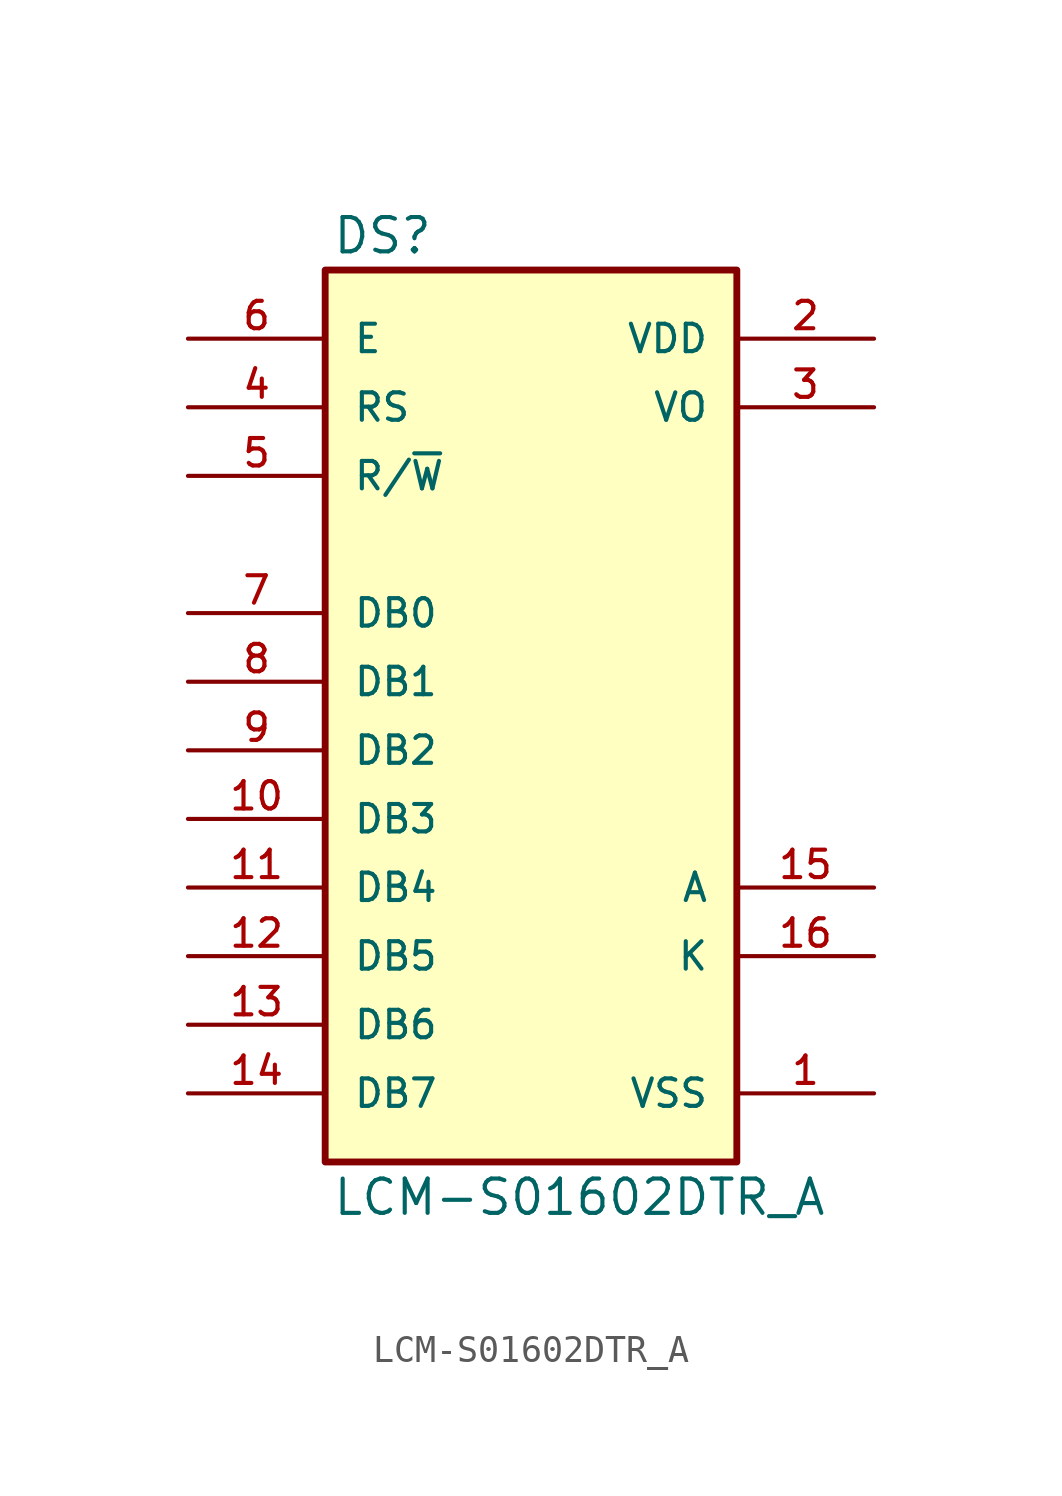
<source format=kicad_sym>
(kicad_symbol_lib
  (version 20231120)
  (generator "kicad_symbol_editor")
  (generator_version "8.0")
  (symbol "LCM-S01602DTR_A"
    (pin_names
      (offset 1.016))
    (property "Reference" "DS"
      (at -9.918 18.31 0)
      (effects (font (size 1.27 1.27)) (justify left bottom)))
    (property "Value" "LCM-S01602DTR_A"
      (at -9.915 -17.287 0)
      (effects (font (size 1.27 1.27)) (justify left bottom)))
    (symbol "LCM-S01602DTR_A_0_0"
      (rectangle (start -10.16 -15.24) (end 5.08 17.78) (stroke (width 0.254) (type default)) (fill (type background)))
      (pin power_in line (at 10.16 -12.7 180) (length 5.08) (name "VSS" (effects (font (size 1.016 1.016)))) (number "1" (effects (font (size 1.016 1.016)))))
      (pin bidirectional line (at -15.24 -2.54 0) (length 5.08) (name "DB3" (effects (font (size 1.016 1.016)))) (number "10" (effects (font (size 1.016 1.016)))))
      (pin bidirectional line (at -15.24 -5.08 0) (length 5.08) (name "DB4" (effects (font (size 1.016 1.016)))) (number "11" (effects (font (size 1.016 1.016)))))
      (pin bidirectional line (at -15.24 -7.62 0) (length 5.08) (name "DB5" (effects (font (size 1.016 1.016)))) (number "12" (effects (font (size 1.016 1.016)))))
      (pin bidirectional line (at -15.24 -10.16 0) (length 5.08) (name "DB6" (effects (font (size 1.016 1.016)))) (number "13" (effects (font (size 1.016 1.016)))))
      (pin bidirectional line (at -15.24 -12.7 0) (length 5.08) (name "DB7" (effects (font (size 1.016 1.016)))) (number "14" (effects (font (size 1.016 1.016)))))
      (pin passive line (at 10.16 -5.08 180) (length 5.08) (name "A" (effects (font (size 1.016 1.016)))) (number "15" (effects (font (size 1.016 1.016)))))
      (pin passive line (at 10.16 -7.62 180) (length 5.08) (name "K" (effects (font (size 1.016 1.016)))) (number "16" (effects (font (size 1.016 1.016)))))
      (pin power_in line (at 10.16 15.24 180) (length 5.08) (name "VDD" (effects (font (size 1.016 1.016)))) (number "2" (effects (font (size 1.016 1.016)))))
      (pin power_in line (at 10.16 12.7 180) (length 5.08) (name "VO" (effects (font (size 1.016 1.016)))) (number "3" (effects (font (size 1.016 1.016)))))
      (pin input line (at -15.24 12.7 0) (length 5.08) (name "RS" (effects (font (size 1.016 1.016)))) (number "4" (effects (font (size 1.016 1.016)))))
      (pin input line (at -15.24 10.16 0) (length 5.08) (name "R/~{W}" (effects (font (size 1.016 1.016)))) (number "5" (effects (font (size 1.016 1.016)))))
      (pin input line (at -15.24 15.24 0) (length 5.08) (name "E" (effects (font (size 1.016 1.016)))) (number "6" (effects (font (size 1.016 1.016)))))
      (pin bidirectional line (at -15.24 5.08 0) (length 5.08) (name "DB0" (effects (font (size 1.016 1.016)))) (number "7" (effects (font (size 1.016 1.016)))))
      (pin bidirectional line (at -15.24 2.54 0) (length 5.08) (name "DB1" (effects (font (size 1.016 1.016)))) (number "8" (effects (font (size 1.016 1.016)))))
      (pin bidirectional line (at -15.24 0 0) (length 5.08) (name "DB2" (effects (font (size 1.016 1.016)))) (number "9" (effects (font (size 1.016 1.016))))))))
</source>
